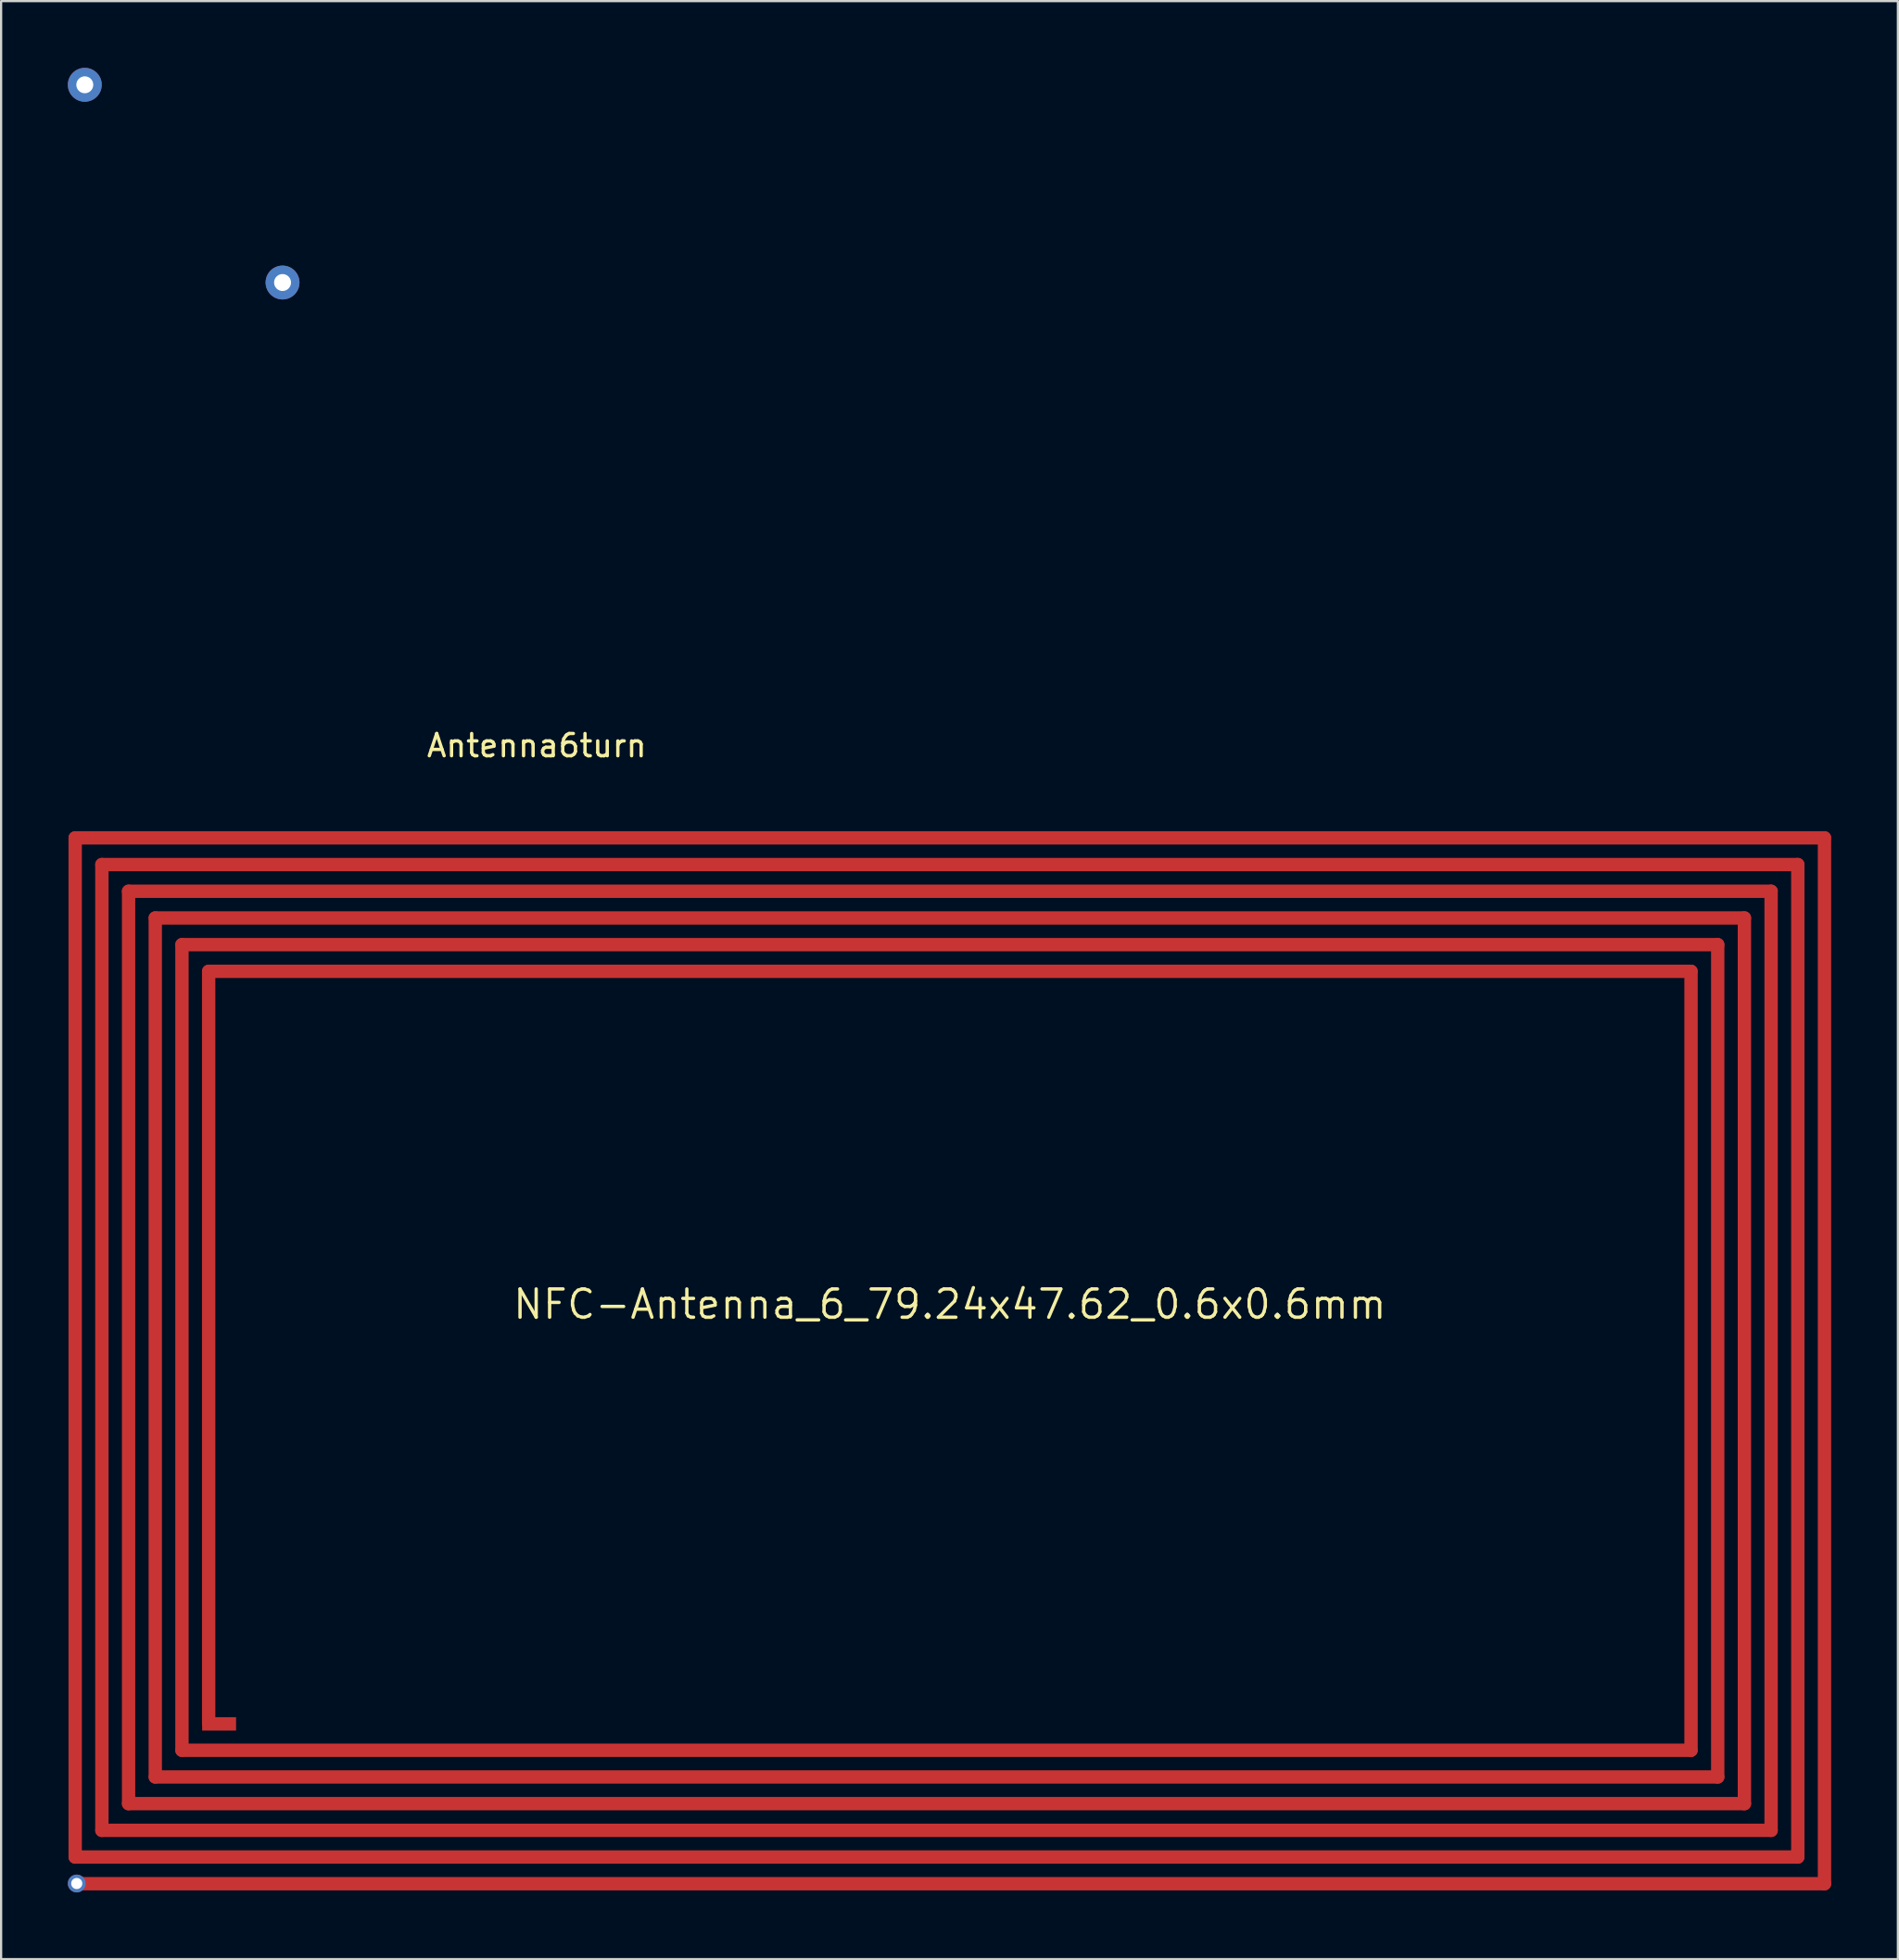
<source format=kicad_pcb>
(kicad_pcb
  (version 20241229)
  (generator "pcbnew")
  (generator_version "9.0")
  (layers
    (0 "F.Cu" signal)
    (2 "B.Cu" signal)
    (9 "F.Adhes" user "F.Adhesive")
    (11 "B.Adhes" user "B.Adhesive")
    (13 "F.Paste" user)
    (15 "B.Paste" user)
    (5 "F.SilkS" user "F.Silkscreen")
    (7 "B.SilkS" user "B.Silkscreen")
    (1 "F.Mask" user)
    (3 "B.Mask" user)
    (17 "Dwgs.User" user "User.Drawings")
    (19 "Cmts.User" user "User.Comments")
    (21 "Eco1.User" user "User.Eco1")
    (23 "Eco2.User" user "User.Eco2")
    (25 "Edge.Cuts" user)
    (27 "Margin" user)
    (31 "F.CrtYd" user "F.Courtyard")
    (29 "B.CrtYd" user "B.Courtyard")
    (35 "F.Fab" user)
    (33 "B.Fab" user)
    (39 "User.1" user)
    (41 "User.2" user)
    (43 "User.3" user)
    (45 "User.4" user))
  (footprint "NFC-Antenna_6_79.24x47.62_0.6x0.6mm"
    (layer "F.Cu")
    (at 39.65 58.13)
    (property "Reference" "NFC-Antenna_6_79.24x47.62_0.6x0.6mm" (at 0 -2.54 0) (layer "F.SilkS") (effects (font (size 1.27 1.27) (thickness 0.15))))
    (attr through_hole)
    (fp_line (start -39.32 -23.51) (end -39.32 22.31) (stroke (width 0.6) (type solid)) (layer "F.Cu"))
    (fp_line (start -39.32 22.31) (end 38.12 22.31) (stroke (width 0.6) (type solid)) (layer "F.Cu"))
    (fp_line (start -39.32 23.51) (end 39.32 23.51) (stroke (width 0.6) (type solid)) (layer "F.Cu"))
    (fp_line (start -38.12 -22.31) (end -38.12 21.11) (stroke (width 0.6) (type solid)) (layer "F.Cu"))
    (fp_line (start -38.12 21.11) (end 36.92 21.11) (stroke (width 0.6) (type solid)) (layer "F.Cu"))
    (fp_line (start -36.92 -21.11) (end -36.92 19.91) (stroke (width 0.6) (type solid)) (layer "F.Cu"))
    (fp_line (start -36.92 19.91) (end 35.72 19.91) (stroke (width 0.6) (type solid)) (layer "F.Cu"))
    (fp_line (start -35.72 -19.91) (end -35.72 18.71) (stroke (width 0.6) (type solid)) (layer "F.Cu"))
    (fp_line (start -35.72 18.71) (end 34.52 18.71) (stroke (width 0.6) (type solid)) (layer "F.Cu"))
    (fp_line (start -34.52 -18.71) (end -34.52 17.51) (stroke (width 0.6) (type solid)) (layer "F.Cu"))
    (fp_line (start -34.52 17.51) (end 33.32 17.51) (stroke (width 0.6) (type solid)) (layer "F.Cu"))
    (fp_line (start -33.32 -17.51) (end -33.32 16.31) (stroke (width 0.6) (type solid)) (layer "F.Cu"))
    (fp_line (start 33.32 -17.51) (end -33.32 -17.51) (stroke (width 0.6) (type solid)) (layer "F.Cu"))
    (fp_line (start 33.32 17.51) (end 33.32 -17.51) (stroke (width 0.6) (type solid)) (layer "F.Cu"))
    (fp_line (start 34.52 -18.71) (end -34.52 -18.71) (stroke (width 0.6) (type solid)) (layer "F.Cu"))
    (fp_line (start 34.52 18.71) (end 34.52 -18.71) (stroke (width 0.6) (type solid)) (layer "F.Cu"))
    (fp_line (start 35.72 -19.91) (end -35.72 -19.91) (stroke (width 0.6) (type solid)) (layer "F.Cu"))
    (fp_line (start 35.72 19.91) (end 35.72 -19.91) (stroke (width 0.6) (type solid)) (layer "F.Cu"))
    (fp_line (start 36.92 -21.11) (end -36.92 -21.11) (stroke (width 0.6) (type solid)) (layer "F.Cu"))
    (fp_line (start 36.92 21.11) (end 36.92 -21.11) (stroke (width 0.6) (type solid)) (layer "F.Cu"))
    (fp_line (start 38.12 -22.31) (end -38.12 -22.31) (stroke (width 0.6) (type solid)) (layer "F.Cu"))
    (fp_line (start 38.12 22.31) (end 38.12 -22.31) (stroke (width 0.6) (type solid)) (layer "F.Cu"))
    (fp_line (start 39.32 -23.51) (end -39.32 -23.51) (stroke (width 0.6) (type solid)) (layer "F.Cu"))
    (fp_line (start 39.32 23.51) (end 39.32 -23.51) (stroke (width 0.6) (type solid)) (layer "F.Cu"))
    (pad "1" smd rect (at -32.85 16.325) (size 1.524 0.6) (layers "F.Cu"))
    (pad "2" thru_hole circle (at -39.25 23.5) (size 0.8 0.8) (drill 0.5) (layers "*.Cu")))
  (footprint "Antenna6turn"
    (layer "F.Cu")
    (at 21.082 29.972)
    (property "Reference" "Antenna6turn" (at 0 0.5 0) (layer "F.SilkS") (effects (font (size 1 1) (thickness 0.15))))
    (attr through_hole)
    (pad "1" thru_hole circle (at -20.32 -29.21) (size 1.524 1.524) (drill 0.762) (layers "*.Cu" "*.Mask"))
    (pad "2" thru_hole circle (at -11.43 -20.32) (size 1.524 1.524) (drill 0.762) (layers "*.Cu" "*.Mask")))
  (gr_rect
    (start -3 -3)
    (end 82.27 85.03)
    (stroke (width 0.1) (type default))
    (fill no)
    (layer "Edge.Cuts")))
</source>
